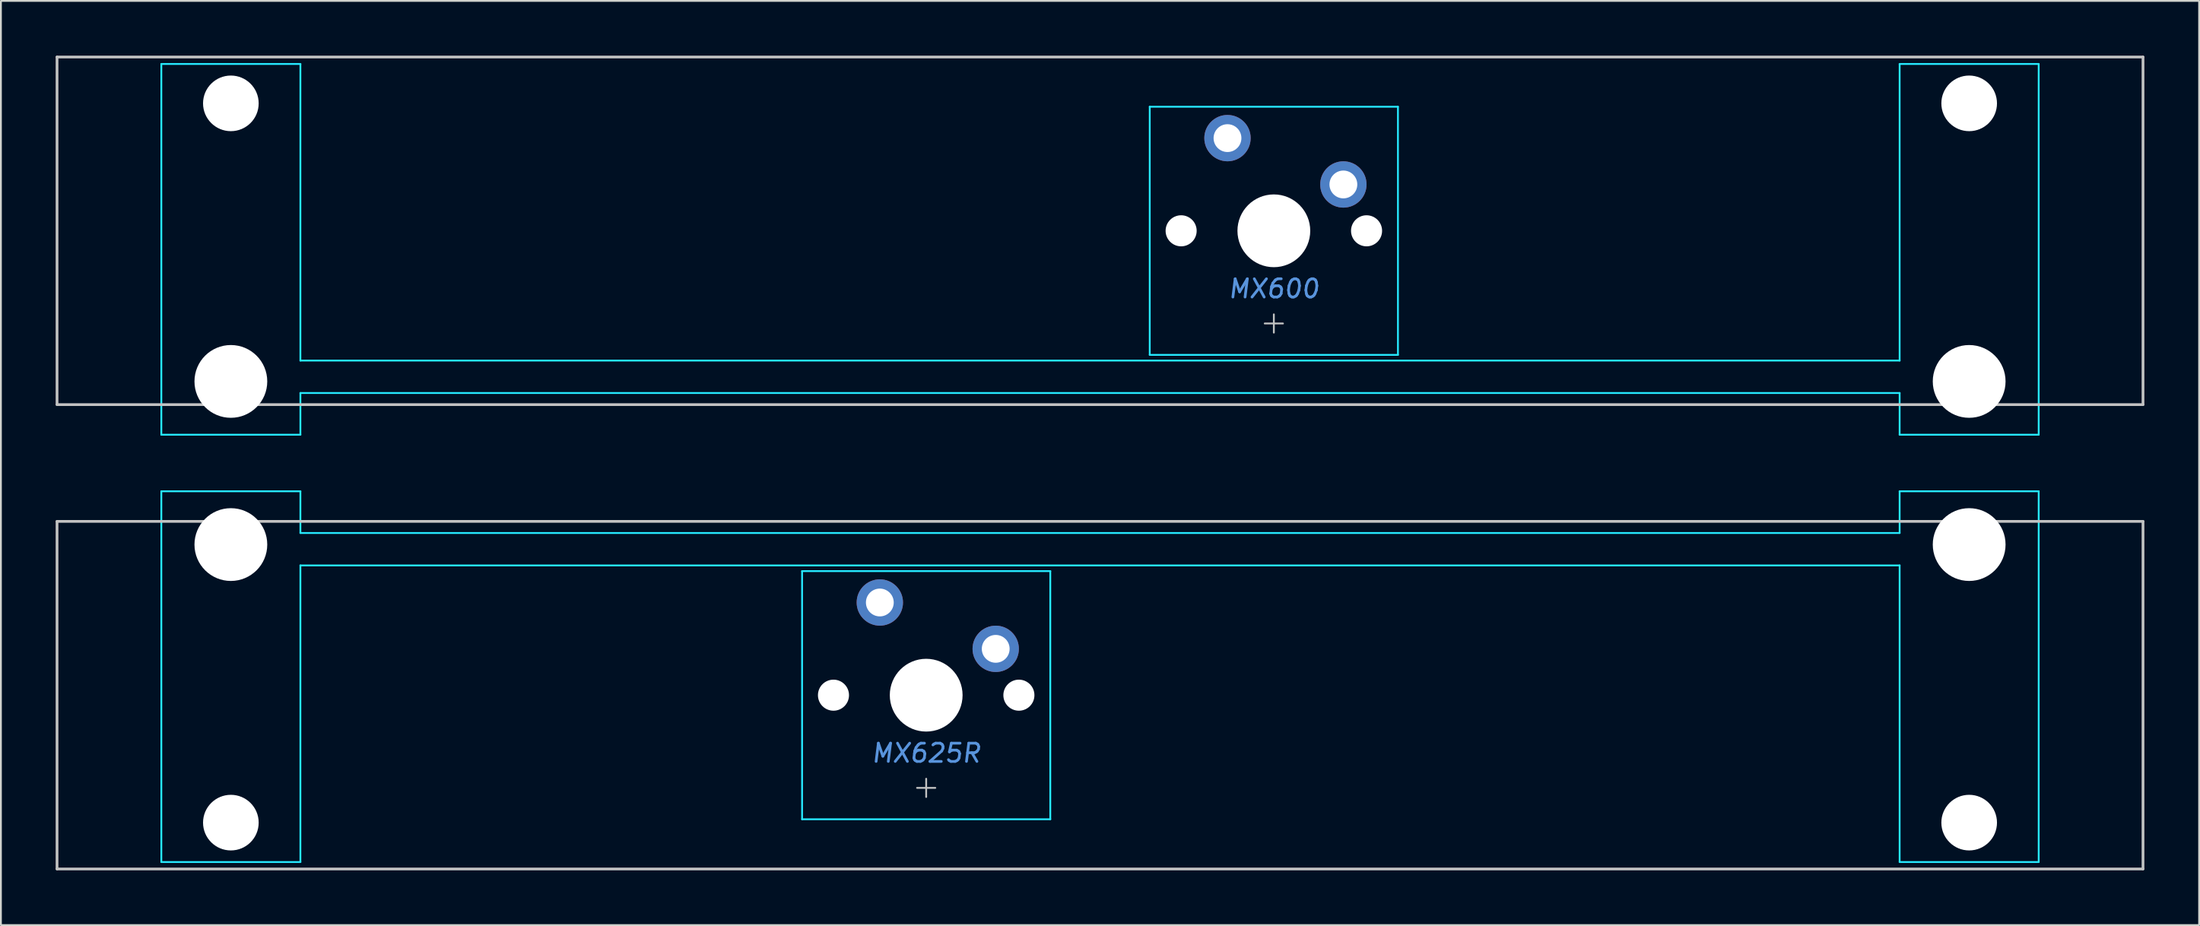
<source format=kicad_pcb>
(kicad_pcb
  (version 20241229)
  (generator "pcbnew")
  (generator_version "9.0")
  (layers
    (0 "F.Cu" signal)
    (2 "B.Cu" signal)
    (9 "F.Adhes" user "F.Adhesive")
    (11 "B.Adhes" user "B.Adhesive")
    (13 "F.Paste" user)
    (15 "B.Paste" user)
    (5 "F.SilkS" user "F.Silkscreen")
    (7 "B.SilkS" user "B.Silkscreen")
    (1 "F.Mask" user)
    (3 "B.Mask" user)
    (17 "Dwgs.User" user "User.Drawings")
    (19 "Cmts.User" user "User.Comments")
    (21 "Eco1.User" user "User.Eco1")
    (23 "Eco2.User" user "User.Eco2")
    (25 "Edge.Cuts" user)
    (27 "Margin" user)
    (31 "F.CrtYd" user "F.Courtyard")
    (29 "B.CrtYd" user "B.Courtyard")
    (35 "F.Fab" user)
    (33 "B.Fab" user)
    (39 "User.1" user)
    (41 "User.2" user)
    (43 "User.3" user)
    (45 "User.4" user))
  (footprint "MX625R"
    (layer "F.Cu")
    (at 47.7 35.052)
    (property "Reference" "MX625R" (at 0 3.175 0) (layer "Cmts.User") (effects (font (size 1 1) (thickness 0.15) (italic yes))))
    (attr through_hole)
    (fp_line (start -47.625 9.525) (end -47.625 -9.525) (stroke (width 0.15) (type solid)) (layer "Dwgs.User"))
    (fp_line (start -0.5 5.08) (end 0.5 5.08) (stroke (width 0.1) (type solid)) (layer "Dwgs.User"))
    (fp_line (start 0 5.58) (end 0 4.58) (stroke (width 0.1) (type solid)) (layer "Dwgs.User"))
    (fp_line (start 66.675 -9.525) (end -47.625 -9.525) (stroke (width 0.15) (type solid)) (layer "Dwgs.User"))
    (fp_line (start 66.675 -9.525) (end 66.675 9.525) (stroke (width 0.15) (type solid)) (layer "Dwgs.User"))
    (fp_line (start 66.675 9.525) (end -47.625 9.525) (stroke (width 0.15) (type solid)) (layer "Dwgs.User"))
    (fp_line (start -41.6 -8.515) (end -41.6 5.485) (stroke (width 0.1) (type solid)) (layer "Eco1.User"))
    (fp_line (start -41.1 -9.015) (end -35.1 -9.015) (stroke (width 0.1) (type solid)) (layer "Eco1.User"))
    (fp_line (start -35.1 5.985) (end -41.1 5.985) (stroke (width 0.1) (type solid)) (layer "Eco1.User"))
    (fp_line (start -34.6 5.485) (end -34.6 -8.515) (stroke (width 0.1) (type solid)) (layer "Eco1.User"))
    (fp_line (start -7 -6.5) (end -7 6.5) (stroke (width 0.1) (type solid)) (layer "Eco1.User"))
    (fp_line (start -6.5 7) (end 6.5 7) (stroke (width 0.1) (type solid)) (layer "Eco1.User"))
    (fp_line (start 6.5 -7) (end -6.5 -7) (stroke (width 0.1) (type solid)) (layer "Eco1.User"))
    (fp_line (start 7 6.5) (end 7 -6.5) (stroke (width 0.1) (type solid)) (layer "Eco1.User"))
    (fp_line (start 53.65 -8.515) (end 53.65 5.485) (stroke (width 0.1) (type solid)) (layer "Eco1.User"))
    (fp_line (start 54.15 -9.015) (end 60.15 -9.015) (stroke (width 0.1) (type solid)) (layer "Eco1.User"))
    (fp_line (start 60.15 5.985) (end 54.15 5.985) (stroke (width 0.1) (type solid)) (layer "Eco1.User"))
    (fp_line (start 60.65 5.485) (end 60.65 -8.515) (stroke (width 0.1) (type solid)) (layer "Eco1.User"))
    (fp_arc (start -41.6 -8.515) (mid -41.453553 -8.868553) (end -41.1 -9.015) (stroke (width 0.1) (type solid)) (layer "Eco1.User"))
    (fp_arc (start -41.1 5.985) (mid -41.453553 5.838553) (end -41.6 5.485) (stroke (width 0.1) (type solid)) (layer "Eco1.User"))
    (fp_arc (start -35.1 -9.015) (mid -34.746447 -8.868553) (end -34.6 -8.515) (stroke (width 0.1) (type solid)) (layer "Eco1.User"))
    (fp_arc (start -34.6 5.485) (mid -34.746447 5.838553) (end -35.1 5.985) (stroke (width 0.1) (type solid)) (layer "Eco1.User"))
    (fp_arc (start -7 -6.5) (mid -6.853553 -6.853553) (end -6.5 -7) (stroke (width 0.1) (type solid)) (layer "Eco1.User"))
    (fp_arc (start -6.5 7) (mid -6.853553 6.853553) (end -7 6.5) (stroke (width 0.1) (type solid)) (layer "Eco1.User"))
    (fp_arc (start 6.5 -7) (mid 6.853553 -6.853553) (end 7 -6.5) (stroke (width 0.1) (type solid)) (layer "Eco1.User"))
    (fp_arc (start 7 6.5) (mid 6.853553 6.853553) (end 6.5 7) (stroke (width 0.1) (type solid)) (layer "Eco1.User"))
    (fp_arc (start 53.65 -8.515) (mid 53.796447 -8.868553) (end 54.15 -9.015) (stroke (width 0.1) (type solid)) (layer "Eco1.User"))
    (fp_arc (start 54.15 5.985) (mid 53.796447 5.838553) (end 53.65 5.485) (stroke (width 0.1) (type solid)) (layer "Eco1.User"))
    (fp_arc (start 60.15 -9.015) (mid 60.503553 -8.868553) (end 60.65 -8.515) (stroke (width 0.1) (type solid)) (layer "Eco1.User"))
    (fp_arc (start 60.65 5.485) (mid 60.503553 5.838553) (end 60.15 5.985) (stroke (width 0.1) (type solid)) (layer "Eco1.User"))
    (fp_line (start -41.91 9.144) (end -41.91 -11.176) (stroke (width 0.1) (type solid)) (layer "B.CrtYd"))
    (fp_line (start -34.29 -11.176) (end -41.91 -11.176) (stroke (width 0.1) (type solid)) (layer "B.CrtYd"))
    (fp_line (start -34.29 -8.89) (end -34.29 -11.176) (stroke (width 0.1) (type solid)) (layer "B.CrtYd"))
    (fp_line (start -34.29 -7.112) (end -34.29 9.144) (stroke (width 0.1) (type solid)) (layer "B.CrtYd"))
    (fp_line (start -34.29 9.144) (end -41.91 9.144) (stroke (width 0.1) (type solid)) (layer "B.CrtYd"))
    (fp_line (start -6.8 -6.8) (end -6.8 6.8) (stroke (width 0.1) (type solid)) (layer "B.CrtYd"))
    (fp_line (start -6.8 -6.8) (end 6.8 -6.8) (stroke (width 0.1) (type solid)) (layer "B.CrtYd"))
    (fp_line (start -6.8 6.8) (end 6.8 6.8) (stroke (width 0.1) (type solid)) (layer "B.CrtYd"))
    (fp_line (start 6.8 6.8) (end 6.8 -6.8) (stroke (width 0.1) (type solid)) (layer "B.CrtYd"))
    (fp_line (start 53.34 -8.89) (end -34.29 -8.89) (stroke (width 0.1) (type solid)) (layer "B.CrtYd"))
    (fp_line (start 53.34 -8.89) (end 53.34 -11.176) (stroke (width 0.1) (type solid)) (layer "B.CrtYd"))
    (fp_line (start 53.34 -7.112) (end -34.29 -7.112) (stroke (width 0.1) (type solid)) (layer "B.CrtYd"))
    (fp_line (start 53.34 -7.112) (end 53.34 9.144) (stroke (width 0.1) (type solid)) (layer "B.CrtYd"))
    (fp_line (start 60.96 -11.176) (end 53.34 -11.176) (stroke (width 0.1) (type solid)) (layer "B.CrtYd"))
    (fp_line (start 60.96 9.144) (end 53.34 9.144) (stroke (width 0.1) (type solid)) (layer "B.CrtYd"))
    (fp_line (start 60.96 9.144) (end 60.96 -11.176) (stroke (width 0.1) (type solid)) (layer "B.CrtYd"))
    (pad "" np_thru_hole circle (at -38.1 -8.255) (size 3.988 3.988) (drill 3.988) (layers "*.Cu" "*.Mask"))
    (pad "" np_thru_hole circle (at -38.1 6.985) (size 3.048 3.048) (drill 3.048) (layers "*.Cu" "*.Mask"))
    (pad "" np_thru_hole circle (at -5.08 0) (size 1.702 1.702) (drill 1.702) (layers "*.Cu" "*.Mask"))
    (pad "" np_thru_hole circle (at 0 0) (size 3.988 3.988) (drill 3.988) (layers "*.Cu" "*.Mask"))
    (pad "" np_thru_hole circle (at 5.08 0) (size 1.702 1.702) (drill 1.702) (layers "*.Cu" "*.Mask"))
    (pad "" np_thru_hole circle (at 57.15 -8.255) (size 3.988 3.988) (drill 3.988) (layers "*.Cu" "*.Mask"))
    (pad "" np_thru_hole circle (at 57.15 6.985) (size 3.048 3.048) (drill 3.048) (layers "*.Cu" "*.Mask"))
    (pad "1" thru_hole circle (at -2.54 -5.08) (size 2.54 2.54) (drill 1.524) (layers "*.Cu" "*.Mask"))
    (pad "2" thru_hole circle (at 3.81 -2.54) (size 2.54 2.54) (drill 1.524) (layers "*.Cu" "*.Mask")))
  (footprint "MX600"
    (layer "F.Cu")
    (at 66.75 9.6)
    (property "Reference" "MX600" (at 0 3.175 0) (layer "Cmts.User") (effects (font (size 1 1) (thickness 0.15) (italic yes))))
    (attr through_hole)
    (fp_line (start -66.675 -9.525) (end 47.625 -9.525) (stroke (width 0.15) (type solid)) (layer "Dwgs.User"))
    (fp_line (start -66.675 9.525) (end -66.675 -9.525) (stroke (width 0.15) (type solid)) (layer "Dwgs.User"))
    (fp_line (start -66.675 9.525) (end 47.625 9.525) (stroke (width 0.15) (type solid)) (layer "Dwgs.User"))
    (fp_line (start -0.5 5.08) (end 0.5 5.08) (stroke (width 0.1) (type solid)) (layer "Dwgs.User"))
    (fp_line (start 0 5.58) (end 0 4.58) (stroke (width 0.1) (type solid)) (layer "Dwgs.User"))
    (fp_line (start 47.625 -9.525) (end 47.625 9.525) (stroke (width 0.15) (type solid)) (layer "Dwgs.User"))
    (fp_line (start -60.65 -5.485) (end -60.65 8.515) (stroke (width 0.1) (type solid)) (layer "Eco1.User"))
    (fp_line (start -60.15 -5.985) (end -54.15 -5.985) (stroke (width 0.1) (type solid)) (layer "Eco1.User"))
    (fp_line (start -54.15 9.015) (end -60.15 9.015) (stroke (width 0.1) (type solid)) (layer "Eco1.User"))
    (fp_line (start -53.65 8.515) (end -53.65 -5.485) (stroke (width 0.1) (type solid)) (layer "Eco1.User"))
    (fp_line (start -7 -6.5) (end -7 6.5) (stroke (width 0.1) (type solid)) (layer "Eco1.User"))
    (fp_line (start -6.5 7) (end 6.5 7) (stroke (width 0.1) (type solid)) (layer "Eco1.User"))
    (fp_line (start 6.5 -7) (end -6.5 -7) (stroke (width 0.1) (type solid)) (layer "Eco1.User"))
    (fp_line (start 7 6.5) (end 7 -6.5) (stroke (width 0.1) (type solid)) (layer "Eco1.User"))
    (fp_line (start 34.6 -5.485) (end 34.6 8.515) (stroke (width 0.1) (type solid)) (layer "Eco1.User"))
    (fp_line (start 35.1 -5.985) (end 41.1 -5.985) (stroke (width 0.1) (type solid)) (layer "Eco1.User"))
    (fp_line (start 41.1 9.015) (end 35.1 9.015) (stroke (width 0.1) (type solid)) (layer "Eco1.User"))
    (fp_line (start 41.6 8.515) (end 41.6 -5.485) (stroke (width 0.1) (type solid)) (layer "Eco1.User"))
    (fp_arc (start -60.65 -5.485) (mid -60.503553 -5.838553) (end -60.15 -5.985) (stroke (width 0.1) (type solid)) (layer "Eco1.User"))
    (fp_arc (start -60.15 9.015) (mid -60.503553 8.868553) (end -60.65 8.515) (stroke (width 0.1) (type solid)) (layer "Eco1.User"))
    (fp_arc (start -54.15 -5.985) (mid -53.796447 -5.838553) (end -53.65 -5.485) (stroke (width 0.1) (type solid)) (layer "Eco1.User"))
    (fp_arc (start -53.65 8.515) (mid -53.796447 8.868553) (end -54.15 9.015) (stroke (width 0.1) (type solid)) (layer "Eco1.User"))
    (fp_arc (start -7 -6.5) (mid -6.853553 -6.853553) (end -6.5 -7) (stroke (width 0.1) (type solid)) (layer "Eco1.User"))
    (fp_arc (start -6.5 7) (mid -6.853553 6.853553) (end -7 6.5) (stroke (width 0.1) (type solid)) (layer "Eco1.User"))
    (fp_arc (start 6.5 -7) (mid 6.853553 -6.853553) (end 7 -6.5) (stroke (width 0.1) (type solid)) (layer "Eco1.User"))
    (fp_arc (start 7 6.5) (mid 6.853553 6.853553) (end 6.5 7) (stroke (width 0.1) (type solid)) (layer "Eco1.User"))
    (fp_arc (start 34.6 -5.485) (mid 34.746447 -5.838553) (end 35.1 -5.985) (stroke (width 0.1) (type solid)) (layer "Eco1.User"))
    (fp_arc (start 35.1 9.015) (mid 34.746447 8.868553) (end 34.6 8.515) (stroke (width 0.1) (type solid)) (layer "Eco1.User"))
    (fp_arc (start 41.1 -5.985) (mid 41.453553 -5.838553) (end 41.6 -5.485) (stroke (width 0.1) (type solid)) (layer "Eco1.User"))
    (fp_arc (start 41.6 8.515) (mid 41.453553 8.868553) (end 41.1 9.015) (stroke (width 0.1) (type solid)) (layer "Eco1.User"))
    (fp_line (start -60.96 -9.144) (end -60.96 11.176) (stroke (width 0.1) (type solid)) (layer "B.CrtYd"))
    (fp_line (start -60.96 -9.144) (end -53.34 -9.144) (stroke (width 0.1) (type solid)) (layer "B.CrtYd"))
    (fp_line (start -60.96 11.176) (end -53.34 11.176) (stroke (width 0.1) (type solid)) (layer "B.CrtYd"))
    (fp_line (start -53.34 7.112) (end -53.34 -9.144) (stroke (width 0.1) (type solid)) (layer "B.CrtYd"))
    (fp_line (start -53.34 7.112) (end 34.29 7.112) (stroke (width 0.1) (type solid)) (layer "B.CrtYd"))
    (fp_line (start -53.34 8.89) (end -53.34 11.176) (stroke (width 0.1) (type solid)) (layer "B.CrtYd"))
    (fp_line (start -53.34 8.89) (end 34.29 8.89) (stroke (width 0.1) (type solid)) (layer "B.CrtYd"))
    (fp_line (start -6.8 -6.8) (end -6.8 6.8) (stroke (width 0.1) (type solid)) (layer "B.CrtYd"))
    (fp_line (start -6.8 -6.8) (end 6.8 -6.8) (stroke (width 0.1) (type solid)) (layer "B.CrtYd"))
    (fp_line (start -6.8 6.8) (end 6.8 6.8) (stroke (width 0.1) (type solid)) (layer "B.CrtYd"))
    (fp_line (start 6.8 6.8) (end 6.8 -6.8) (stroke (width 0.1) (type solid)) (layer "B.CrtYd"))
    (fp_line (start 34.29 -9.144) (end 41.91 -9.144) (stroke (width 0.1) (type solid)) (layer "B.CrtYd"))
    (fp_line (start 34.29 7.112) (end 34.29 -9.144) (stroke (width 0.1) (type solid)) (layer "B.CrtYd"))
    (fp_line (start 34.29 8.89) (end 34.29 11.176) (stroke (width 0.1) (type solid)) (layer "B.CrtYd"))
    (fp_line (start 34.29 11.176) (end 41.91 11.176) (stroke (width 0.1) (type solid)) (layer "B.CrtYd"))
    (fp_line (start 41.91 -9.144) (end 41.91 11.176) (stroke (width 0.1) (type solid)) (layer "B.CrtYd"))
    (pad "" np_thru_hole circle (at -57.15 -6.985 180) (size 3.048 3.048) (drill 3.048) (layers "*.Cu" "*.Mask"))
    (pad "" np_thru_hole circle (at -57.15 8.255 180) (size 3.988 3.988) (drill 3.988) (layers "*.Cu" "*.Mask"))
    (pad "" np_thru_hole circle (at -5.08 0) (size 1.702 1.702) (drill 1.702) (layers "*.Cu" "*.Mask"))
    (pad "" np_thru_hole circle (at 0 0) (size 3.988 3.988) (drill 3.988) (layers "*.Cu" "*.Mask"))
    (pad "" np_thru_hole circle (at 5.08 0) (size 1.702 1.702) (drill 1.702) (layers "*.Cu" "*.Mask"))
    (pad "" np_thru_hole circle (at 38.1 -6.985 180) (size 3.048 3.048) (drill 3.048) (layers "*.Cu" "*.Mask"))
    (pad "" np_thru_hole circle (at 38.1 8.255 180) (size 3.988 3.988) (drill 3.988) (layers "*.Cu" "*.Mask"))
    (pad "1" thru_hole circle (at -2.54 -5.08) (size 2.54 2.54) (drill 1.524) (layers "*.Cu" "*.Mask"))
    (pad "2" thru_hole circle (at 3.81 -2.54) (size 2.54 2.54) (drill 1.524) (layers "*.Cu" "*.Mask")))
  (gr_rect
    (start -3 -3)
    (end 117.45 47.652)
    (stroke (width 0.1) (type default))
    (fill no)
    (layer "Edge.Cuts")))
</source>
